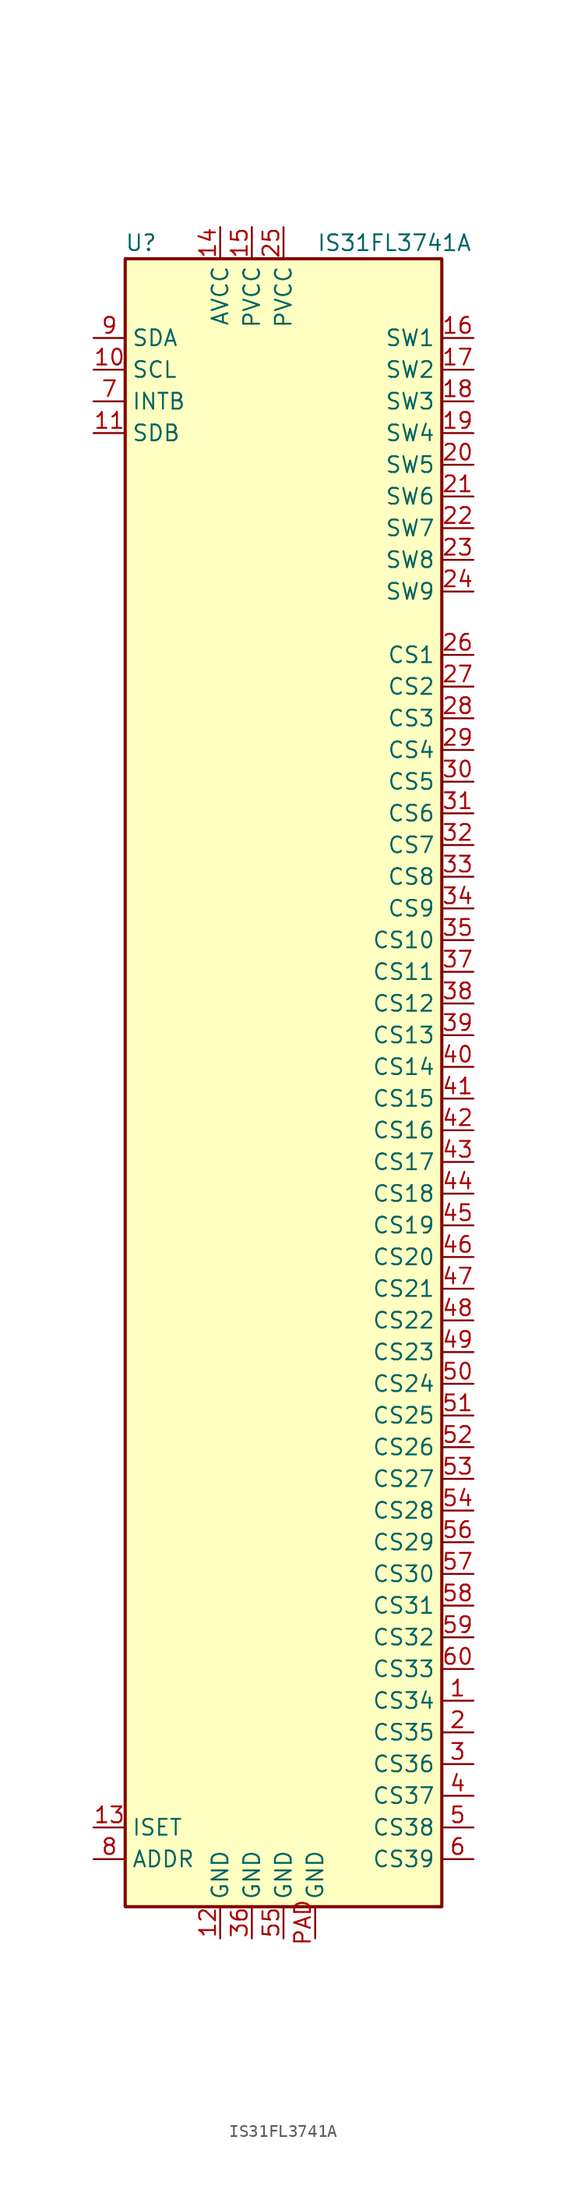
<source format=kicad_sym>
(kicad_symbol_lib
  (version 20211014)
  (generator kicad_symbol_editor)
  (symbol "IS31FL3741A"
    (property "Reference" "U"
      (at -11.43 67.31 0)
      (effects (font (size 1.27 1.27))))
    (property "Value" "IS31FL3741A"
      (at 8.89 67.31 0)
      (effects (font (size 1.27 1.27))))
    (symbol "IS31FL3741A_0_1"
      (rectangle (start -12.7 66.04) (end 12.7 -66.04) (stroke (width 0.254) (type default) (color 0 0 0 0)) (fill (type background))))
    (symbol "IS31FL3741A_1_1"
      (pin output line (at 15.24 -49.53 180) (length 2.54) (name "CS34" (effects (font (size 1.27 1.27)))) (number "1" (effects (font (size 1.27 1.27)))))
      (pin input line (at -15.24 57.15 0) (length 2.54) (name "SCL" (effects (font (size 1.27 1.27)))) (number "10" (effects (font (size 1.27 1.27)))))
      (pin input line (at -15.24 52.07 0) (length 2.54) (name "SDB" (effects (font (size 1.27 1.27)))) (number "11" (effects (font (size 1.27 1.27)))))
      (pin power_in line (at -5.08 -68.58 90) (length 2.54) (name "GND" (effects (font (size 1.27 1.27)))) (number "12" (effects (font (size 1.27 1.27)))))
      (pin input line (at -15.24 -59.69 0) (length 2.54) (name "ISET" (effects (font (size 1.27 1.27)))) (number "13" (effects (font (size 1.27 1.27)))))
      (pin power_in line (at -5.08 68.58 270) (length 2.54) (name "AVCC" (effects (font (size 1.27 1.27)))) (number "14" (effects (font (size 1.27 1.27)))))
      (pin power_in line (at -2.54 68.58 270) (length 2.54) (name "PVCC" (effects (font (size 1.27 1.27)))) (number "15" (effects (font (size 1.27 1.27)))))
      (pin input line (at 15.24 59.69 180) (length 2.54) (name "SW1" (effects (font (size 1.27 1.27)))) (number "16" (effects (font (size 1.27 1.27)))))
      (pin input line (at 15.24 57.15 180) (length 2.54) (name "SW2" (effects (font (size 1.27 1.27)))) (number "17" (effects (font (size 1.27 1.27)))))
      (pin input line (at 15.24 54.61 180) (length 2.54) (name "SW3" (effects (font (size 1.27 1.27)))) (number "18" (effects (font (size 1.27 1.27)))))
      (pin input line (at 15.24 52.07 180) (length 2.54) (name "SW4" (effects (font (size 1.27 1.27)))) (number "19" (effects (font (size 1.27 1.27)))))
      (pin output line (at 15.24 -52.07 180) (length 2.54) (name "CS35" (effects (font (size 1.27 1.27)))) (number "2" (effects (font (size 1.27 1.27)))))
      (pin input line (at 15.24 49.53 180) (length 2.54) (name "SW5" (effects (font (size 1.27 1.27)))) (number "20" (effects (font (size 1.27 1.27)))))
      (pin input line (at 15.24 46.99 180) (length 2.54) (name "SW6" (effects (font (size 1.27 1.27)))) (number "21" (effects (font (size 1.27 1.27)))))
      (pin input line (at 15.24 44.45 180) (length 2.54) (name "SW7" (effects (font (size 1.27 1.27)))) (number "22" (effects (font (size 1.27 1.27)))))
      (pin input line (at 15.24 41.91 180) (length 2.54) (name "SW8" (effects (font (size 1.27 1.27)))) (number "23" (effects (font (size 1.27 1.27)))))
      (pin input line (at 15.24 39.37 180) (length 2.54) (name "SW9" (effects (font (size 1.27 1.27)))) (number "24" (effects (font (size 1.27 1.27)))))
      (pin power_in line (at 0 68.58 270) (length 2.54) (name "PVCC" (effects (font (size 1.27 1.27)))) (number "25" (effects (font (size 1.27 1.27)))))
      (pin output line (at 15.24 34.29 180) (length 2.54) (name "CS1" (effects (font (size 1.27 1.27)))) (number "26" (effects (font (size 1.27 1.27)))))
      (pin output line (at 15.24 31.75 180) (length 2.54) (name "CS2" (effects (font (size 1.27 1.27)))) (number "27" (effects (font (size 1.27 1.27)))))
      (pin output line (at 15.24 29.21 180) (length 2.54) (name "CS3" (effects (font (size 1.27 1.27)))) (number "28" (effects (font (size 1.27 1.27)))))
      (pin output line (at 15.24 26.67 180) (length 2.54) (name "CS4" (effects (font (size 1.27 1.27)))) (number "29" (effects (font (size 1.27 1.27)))))
      (pin output line (at 15.24 -54.61 180) (length 2.54) (name "CS36" (effects (font (size 1.27 1.27)))) (number "3" (effects (font (size 1.27 1.27)))))
      (pin output line (at 15.24 24.13 180) (length 2.54) (name "CS5" (effects (font (size 1.27 1.27)))) (number "30" (effects (font (size 1.27 1.27)))))
      (pin output line (at 15.24 21.59 180) (length 2.54) (name "CS6" (effects (font (size 1.27 1.27)))) (number "31" (effects (font (size 1.27 1.27)))))
      (pin output line (at 15.24 19.05 180) (length 2.54) (name "CS7" (effects (font (size 1.27 1.27)))) (number "32" (effects (font (size 1.27 1.27)))))
      (pin output line (at 15.24 16.51 180) (length 2.54) (name "CS8" (effects (font (size 1.27 1.27)))) (number "33" (effects (font (size 1.27 1.27)))))
      (pin output line (at 15.24 13.97 180) (length 2.54) (name "CS9" (effects (font (size 1.27 1.27)))) (number "34" (effects (font (size 1.27 1.27)))))
      (pin output line (at 15.24 11.43 180) (length 2.54) (name "CS10" (effects (font (size 1.27 1.27)))) (number "35" (effects (font (size 1.27 1.27)))))
      (pin power_in line (at -2.54 -68.58 90) (length 2.54) (name "GND" (effects (font (size 1.27 1.27)))) (number "36" (effects (font (size 1.27 1.27)))))
      (pin output line (at 15.24 8.89 180) (length 2.54) (name "CS11" (effects (font (size 1.27 1.27)))) (number "37" (effects (font (size 1.27 1.27)))))
      (pin output line (at 15.24 6.35 180) (length 2.54) (name "CS12" (effects (font (size 1.27 1.27)))) (number "38" (effects (font (size 1.27 1.27)))))
      (pin output line (at 15.24 3.81 180) (length 2.54) (name "CS13" (effects (font (size 1.27 1.27)))) (number "39" (effects (font (size 1.27 1.27)))))
      (pin output line (at 15.24 -57.15 180) (length 2.54) (name "CS37" (effects (font (size 1.27 1.27)))) (number "4" (effects (font (size 1.27 1.27)))))
      (pin output line (at 15.24 1.27 180) (length 2.54) (name "CS14" (effects (font (size 1.27 1.27)))) (number "40" (effects (font (size 1.27 1.27)))))
      (pin output line (at 15.24 -1.27 180) (length 2.54) (name "CS15" (effects (font (size 1.27 1.27)))) (number "41" (effects (font (size 1.27 1.27)))))
      (pin output line (at 15.24 -3.81 180) (length 2.54) (name "CS16" (effects (font (size 1.27 1.27)))) (number "42" (effects (font (size 1.27 1.27)))))
      (pin output line (at 15.24 -6.35 180) (length 2.54) (name "CS17" (effects (font (size 1.27 1.27)))) (number "43" (effects (font (size 1.27 1.27)))))
      (pin output line (at 15.24 -8.89 180) (length 2.54) (name "CS18" (effects (font (size 1.27 1.27)))) (number "44" (effects (font (size 1.27 1.27)))))
      (pin output line (at 15.24 -11.43 180) (length 2.54) (name "CS19" (effects (font (size 1.27 1.27)))) (number "45" (effects (font (size 1.27 1.27)))))
      (pin output line (at 15.24 -13.97 180) (length 2.54) (name "CS20" (effects (font (size 1.27 1.27)))) (number "46" (effects (font (size 1.27 1.27)))))
      (pin output line (at 15.24 -16.51 180) (length 2.54) (name "CS21" (effects (font (size 1.27 1.27)))) (number "47" (effects (font (size 1.27 1.27)))))
      (pin output line (at 15.24 -19.05 180) (length 2.54) (name "CS22" (effects (font (size 1.27 1.27)))) (number "48" (effects (font (size 1.27 1.27)))))
      (pin output line (at 15.24 -21.59 180) (length 2.54) (name "CS23" (effects (font (size 1.27 1.27)))) (number "49" (effects (font (size 1.27 1.27)))))
      (pin output line (at 15.24 -59.69 180) (length 2.54) (name "CS38" (effects (font (size 1.27 1.27)))) (number "5" (effects (font (size 1.27 1.27)))))
      (pin output line (at 15.24 -24.13 180) (length 2.54) (name "CS24" (effects (font (size 1.27 1.27)))) (number "50" (effects (font (size 1.27 1.27)))))
      (pin output line (at 15.24 -26.67 180) (length 2.54) (name "CS25" (effects (font (size 1.27 1.27)))) (number "51" (effects (font (size 1.27 1.27)))))
      (pin output line (at 15.24 -29.21 180) (length 2.54) (name "CS26" (effects (font (size 1.27 1.27)))) (number "52" (effects (font (size 1.27 1.27)))))
      (pin output line (at 15.24 -31.75 180) (length 2.54) (name "CS27" (effects (font (size 1.27 1.27)))) (number "53" (effects (font (size 1.27 1.27)))))
      (pin output line (at 15.24 -34.29 180) (length 2.54) (name "CS28" (effects (font (size 1.27 1.27)))) (number "54" (effects (font (size 1.27 1.27)))))
      (pin power_in line (at 0 -68.58 90) (length 2.54) (name "GND" (effects (font (size 1.27 1.27)))) (number "55" (effects (font (size 1.27 1.27)))))
      (pin output line (at 15.24 -36.83 180) (length 2.54) (name "CS29" (effects (font (size 1.27 1.27)))) (number "56" (effects (font (size 1.27 1.27)))))
      (pin output line (at 15.24 -39.37 180) (length 2.54) (name "CS30" (effects (font (size 1.27 1.27)))) (number "57" (effects (font (size 1.27 1.27)))))
      (pin output line (at 15.24 -41.91 180) (length 2.54) (name "CS31" (effects (font (size 1.27 1.27)))) (number "58" (effects (font (size 1.27 1.27)))))
      (pin output line (at 15.24 -44.45 180) (length 2.54) (name "CS32" (effects (font (size 1.27 1.27)))) (number "59" (effects (font (size 1.27 1.27)))))
      (pin output line (at 15.24 -62.23 180) (length 2.54) (name "CS39" (effects (font (size 1.27 1.27)))) (number "6" (effects (font (size 1.27 1.27)))))
      (pin output line (at 15.24 -46.99 180) (length 2.54) (name "CS33" (effects (font (size 1.27 1.27)))) (number "60" (effects (font (size 1.27 1.27)))))
      (pin open_collector line (at -15.24 54.61 0) (length 2.54) (name "INTB" (effects (font (size 1.27 1.27)))) (number "7" (effects (font (size 1.27 1.27)))))
      (pin input line (at -15.24 -62.23 0) (length 2.54) (name "ADDR" (effects (font (size 1.27 1.27)))) (number "8" (effects (font (size 1.27 1.27)))))
      (pin bidirectional line (at -15.24 59.69 0) (length 2.54) (name "SDA" (effects (font (size 1.27 1.27)))) (number "9" (effects (font (size 1.27 1.27)))))
      (pin power_in line (at 2.54 -68.58 90) (length 2.54) (name "GND" (effects (font (size 1.27 1.27)))) (number "PAD" (effects (font (size 1.27 1.27))))))))
</source>
